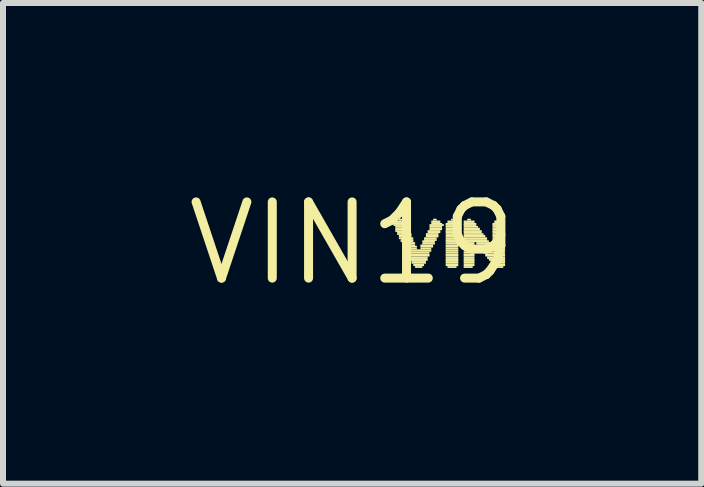
<source format=kicad_pcb>
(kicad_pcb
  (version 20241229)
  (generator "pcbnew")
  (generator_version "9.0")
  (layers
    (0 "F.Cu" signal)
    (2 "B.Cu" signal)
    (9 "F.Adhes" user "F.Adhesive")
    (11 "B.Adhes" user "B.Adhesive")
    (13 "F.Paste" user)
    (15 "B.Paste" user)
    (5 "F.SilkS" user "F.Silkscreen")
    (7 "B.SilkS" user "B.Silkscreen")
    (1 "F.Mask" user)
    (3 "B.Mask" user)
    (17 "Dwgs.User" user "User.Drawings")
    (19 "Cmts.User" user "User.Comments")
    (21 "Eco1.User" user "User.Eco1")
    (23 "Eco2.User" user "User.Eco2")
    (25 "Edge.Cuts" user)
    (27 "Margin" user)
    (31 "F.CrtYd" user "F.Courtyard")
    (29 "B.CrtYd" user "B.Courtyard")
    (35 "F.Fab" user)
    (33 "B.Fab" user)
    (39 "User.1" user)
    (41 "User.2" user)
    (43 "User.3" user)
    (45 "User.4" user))
  (footprint "VIN19"
    (layer "F.Cu")
    (at 2.819 1.006)
    (property "Reference" "VIN19" (at 0 0 0) (layer "F.SilkS") (effects (font (size 1.27 1.27) (thickness 0.15))))
    (fp_poly (pts (xy 0.69 -0.31) (xy 0.9 -0.31) (xy 0.9 -0.34) (xy 0.69 -0.34)) (stroke (width 0) (type solid)) (fill yes) (layer "F.SilkS"))
    (fp_poly (pts (xy 0.69 -0.29) (xy 0.9 -0.29) (xy 0.9 -0.32) (xy 0.69 -0.32)) (stroke (width 0) (type solid)) (fill yes) (layer "F.SilkS"))
    (fp_poly (pts (xy 0.72 -0.34) (xy 0.87 -0.34) (xy 0.87 -0.38) (xy 0.72 -0.38)) (stroke (width 0) (type solid)) (fill yes) (layer "F.SilkS"))
    (fp_poly (pts (xy 0.72 -0.26) (xy 0.93 -0.26) (xy 0.93 -0.29) (xy 0.72 -0.29)) (stroke (width 0) (type solid)) (fill yes) (layer "F.SilkS"))
    (fp_poly (pts (xy 0.72 -0.22) (xy 0.93 -0.22) (xy 0.93 -0.26) (xy 0.72 -0.26)) (stroke (width 0) (type solid)) (fill yes) (layer "F.SilkS"))
    (fp_poly (pts (xy 0.72 -0.19) (xy 0.96 -0.19) (xy 0.96 -0.22) (xy 0.72 -0.22)) (stroke (width 0) (type solid)) (fill yes) (layer "F.SilkS"))
    (fp_poly (pts (xy 0.75 -0.17) (xy 0.96 -0.17) (xy 0.96 -0.2) (xy 0.75 -0.2)) (stroke (width 0) (type solid)) (fill yes) (layer "F.SilkS"))
    (fp_poly (pts (xy 0.75 -0.14) (xy 0.99 -0.14) (xy 0.99 -0.17) (xy 0.75 -0.17)) (stroke (width 0) (type solid)) (fill yes) (layer "F.SilkS"))
    (fp_poly (pts (xy 0.78 -0.38) (xy 0.84 -0.38) (xy 0.84 -0.41) (xy 0.78 -0.41)) (stroke (width 0) (type solid)) (fill yes) (layer "F.SilkS"))
    (fp_poly (pts (xy 0.78 -0.1) (xy 0.99 -0.1) (xy 0.99 -0.14) (xy 0.78 -0.14)) (stroke (width 0) (type solid)) (fill yes) (layer "F.SilkS"))
    (fp_poly (pts (xy 0.78 -0.07) (xy 1.02 -0.07) (xy 1.02 -0.1) (xy 0.78 -0.1)) (stroke (width 0) (type solid)) (fill yes) (layer "F.SilkS"))
    (fp_poly (pts (xy 0.81 -0.04) (xy 1.02 -0.04) (xy 1.02 -0.07) (xy 0.81 -0.07)) (stroke (width 0) (type solid)) (fill yes) (layer "F.SilkS"))
    (fp_poly (pts (xy 0.81 -0.02) (xy 1.02 -0.02) (xy 1.02 -0.05) (xy 0.81 -0.05)) (stroke (width 0) (type solid)) (fill yes) (layer "F.SilkS"))
    (fp_poly (pts (xy 0.84 0.02) (xy 1.05 0.02) (xy 1.05 -0.02) (xy 0.84 -0.02)) (stroke (width 0) (type solid)) (fill yes) (layer "F.SilkS"))
    (fp_poly (pts (xy 0.84 0.05) (xy 1.05 0.05) (xy 1.05 0.02) (xy 0.84 0.02)) (stroke (width 0) (type solid)) (fill yes) (layer "F.SilkS"))
    (fp_poly (pts (xy 0.87 0.07) (xy 1.08 0.07) (xy 1.08 0.04) (xy 0.87 0.04)) (stroke (width 0) (type solid)) (fill yes) (layer "F.SilkS"))
    (fp_poly (pts (xy 0.87 0.1) (xy 1.08 0.1) (xy 1.08 0.07) (xy 0.87 0.07)) (stroke (width 0) (type solid)) (fill yes) (layer "F.SilkS"))
    (fp_poly (pts (xy 0.9 0.14) (xy 1.32 0.14) (xy 1.32 0.1) (xy 0.9 0.1)) (stroke (width 0) (type solid)) (fill yes) (layer "F.SilkS"))
    (fp_poly (pts (xy 0.9 0.17) (xy 1.29 0.17) (xy 1.29 0.14) (xy 0.9 0.14)) (stroke (width 0) (type solid)) (fill yes) (layer "F.SilkS"))
    (fp_poly (pts (xy 0.93 0.2) (xy 1.29 0.2) (xy 1.29 0.17) (xy 0.93 0.17)) (stroke (width 0) (type solid)) (fill yes) (layer "F.SilkS"))
    (fp_poly (pts (xy 0.93 0.22) (xy 1.29 0.22) (xy 1.29 0.19) (xy 0.93 0.19)) (stroke (width 0) (type solid)) (fill yes) (layer "F.SilkS"))
    (fp_poly (pts (xy 0.96 0.26) (xy 1.26 0.26) (xy 1.26 0.22) (xy 0.96 0.22)) (stroke (width 0) (type solid)) (fill yes) (layer "F.SilkS"))
    (fp_poly (pts (xy 0.96 0.29) (xy 1.26 0.29) (xy 1.26 0.26) (xy 0.96 0.26)) (stroke (width 0) (type solid)) (fill yes) (layer "F.SilkS"))
    (fp_poly (pts (xy 0.99 0.31) (xy 1.23 0.31) (xy 1.23 0.28) (xy 0.99 0.28)) (stroke (width 0) (type solid)) (fill yes) (layer "F.SilkS"))
    (fp_poly (pts (xy 0.99 0.34) (xy 1.23 0.34) (xy 1.23 0.31) (xy 0.99 0.31)) (stroke (width 0) (type solid)) (fill yes) (layer "F.SilkS"))
    (fp_poly (pts (xy 1.02 0.38) (xy 1.2 0.38) (xy 1.2 0.34) (xy 1.02 0.34)) (stroke (width 0) (type solid)) (fill yes) (layer "F.SilkS"))
    (fp_poly (pts (xy 1.05 0.41) (xy 1.17 0.41) (xy 1.17 0.38) (xy 1.05 0.38)) (stroke (width 0) (type solid)) (fill yes) (layer "F.SilkS"))
    (fp_poly (pts (xy 1.14 0.05) (xy 1.35 0.05) (xy 1.35 0.02) (xy 1.14 0.02)) (stroke (width 0) (type solid)) (fill yes) (layer "F.SilkS"))
    (fp_poly (pts (xy 1.14 0.07) (xy 1.35 0.07) (xy 1.35 0.04) (xy 1.14 0.04)) (stroke (width 0) (type solid)) (fill yes) (layer "F.SilkS"))
    (fp_poly (pts (xy 1.14 0.1) (xy 1.32 0.1) (xy 1.32 0.07) (xy 1.14 0.07)) (stroke (width 0) (type solid)) (fill yes) (layer "F.SilkS"))
    (fp_poly (pts (xy 1.17 -0.02) (xy 1.38 -0.02) (xy 1.38 -0.05) (xy 1.17 -0.05)) (stroke (width 0) (type solid)) (fill yes) (layer "F.SilkS"))
    (fp_poly (pts (xy 1.17 0.02) (xy 1.38 0.02) (xy 1.38 -0.02) (xy 1.17 -0.02)) (stroke (width 0) (type solid)) (fill yes) (layer "F.SilkS"))
    (fp_poly (pts (xy 1.2 -0.07) (xy 1.41 -0.07) (xy 1.41 -0.1) (xy 1.2 -0.1)) (stroke (width 0) (type solid)) (fill yes) (layer "F.SilkS"))
    (fp_poly (pts (xy 1.2 -0.04) (xy 1.41 -0.04) (xy 1.41 -0.07) (xy 1.2 -0.07)) (stroke (width 0) (type solid)) (fill yes) (layer "F.SilkS"))
    (fp_poly (pts (xy 1.23 -0.14) (xy 1.44 -0.14) (xy 1.44 -0.17) (xy 1.23 -0.17)) (stroke (width 0) (type solid)) (fill yes) (layer "F.SilkS"))
    (fp_poly (pts (xy 1.23 -0.1) (xy 1.44 -0.1) (xy 1.44 -0.14) (xy 1.23 -0.14)) (stroke (width 0) (type solid)) (fill yes) (layer "F.SilkS"))
    (fp_poly (pts (xy 1.26 -0.19) (xy 1.47 -0.19) (xy 1.47 -0.22) (xy 1.26 -0.22)) (stroke (width 0) (type solid)) (fill yes) (layer "F.SilkS"))
    (fp_poly (pts (xy 1.26 -0.17) (xy 1.47 -0.17) (xy 1.47 -0.2) (xy 1.26 -0.2)) (stroke (width 0) (type solid)) (fill yes) (layer "F.SilkS"))
    (fp_poly (pts (xy 1.29 -0.29) (xy 1.53 -0.29) (xy 1.53 -0.32) (xy 1.29 -0.32)) (stroke (width 0) (type solid)) (fill yes) (layer "F.SilkS"))
    (fp_poly (pts (xy 1.29 -0.26) (xy 1.5 -0.26) (xy 1.5 -0.29) (xy 1.29 -0.29)) (stroke (width 0) (type solid)) (fill yes) (layer "F.SilkS"))
    (fp_poly (pts (xy 1.29 -0.22) (xy 1.5 -0.22) (xy 1.5 -0.26) (xy 1.29 -0.26)) (stroke (width 0) (type solid)) (fill yes) (layer "F.SilkS"))
    (fp_poly (pts (xy 1.32 -0.34) (xy 1.47 -0.34) (xy 1.47 -0.38) (xy 1.32 -0.38)) (stroke (width 0) (type solid)) (fill yes) (layer "F.SilkS"))
    (fp_poly (pts (xy 1.32 -0.31) (xy 1.5 -0.31) (xy 1.5 -0.34) (xy 1.32 -0.34)) (stroke (width 0) (type solid)) (fill yes) (layer "F.SilkS"))
    (fp_poly (pts (xy 1.35 -0.38) (xy 1.41 -0.38) (xy 1.41 -0.41) (xy 1.35 -0.41)) (stroke (width 0) (type solid)) (fill yes) (layer "F.SilkS"))
    (fp_poly (pts (xy 1.56 -0.31) (xy 1.77 -0.31) (xy 1.77 -0.34) (xy 1.56 -0.34)) (stroke (width 0) (type solid)) (fill yes) (layer "F.SilkS"))
    (fp_poly (pts (xy 1.56 -0.29) (xy 1.77 -0.29) (xy 1.77 -0.32) (xy 1.56 -0.32)) (stroke (width 0) (type solid)) (fill yes) (layer "F.SilkS"))
    (fp_poly (pts (xy 1.56 -0.26) (xy 1.77 -0.26) (xy 1.77 -0.29) (xy 1.56 -0.29)) (stroke (width 0) (type solid)) (fill yes) (layer "F.SilkS"))
    (fp_poly (pts (xy 1.56 -0.22) (xy 1.77 -0.22) (xy 1.77 -0.26) (xy 1.56 -0.26)) (stroke (width 0) (type solid)) (fill yes) (layer "F.SilkS"))
    (fp_poly (pts (xy 1.56 -0.19) (xy 1.77 -0.19) (xy 1.77 -0.22) (xy 1.56 -0.22)) (stroke (width 0) (type solid)) (fill yes) (layer "F.SilkS"))
    (fp_poly (pts (xy 1.56 -0.17) (xy 1.77 -0.17) (xy 1.77 -0.2) (xy 1.56 -0.2)) (stroke (width 0) (type solid)) (fill yes) (layer "F.SilkS"))
    (fp_poly (pts (xy 1.56 -0.14) (xy 1.77 -0.14) (xy 1.77 -0.17) (xy 1.56 -0.17)) (stroke (width 0) (type solid)) (fill yes) (layer "F.SilkS"))
    (fp_poly (pts (xy 1.56 -0.1) (xy 1.77 -0.1) (xy 1.77 -0.14) (xy 1.56 -0.14)) (stroke (width 0) (type solid)) (fill yes) (layer "F.SilkS"))
    (fp_poly (pts (xy 1.56 -0.07) (xy 1.77 -0.07) (xy 1.77 -0.1) (xy 1.56 -0.1)) (stroke (width 0) (type solid)) (fill yes) (layer "F.SilkS"))
    (fp_poly (pts (xy 1.56 -0.04) (xy 1.77 -0.04) (xy 1.77 -0.07) (xy 1.56 -0.07)) (stroke (width 0) (type solid)) (fill yes) (layer "F.SilkS"))
    (fp_poly (pts (xy 1.56 -0.02) (xy 1.77 -0.02) (xy 1.77 -0.05) (xy 1.56 -0.05)) (stroke (width 0) (type solid)) (fill yes) (layer "F.SilkS"))
    (fp_poly (pts (xy 1.56 0.02) (xy 1.77 0.02) (xy 1.77 -0.02) (xy 1.56 -0.02)) (stroke (width 0) (type solid)) (fill yes) (layer "F.SilkS"))
    (fp_poly (pts (xy 1.56 0.05) (xy 1.77 0.05) (xy 1.77 0.02) (xy 1.56 0.02)) (stroke (width 0) (type solid)) (fill yes) (layer "F.SilkS"))
    (fp_poly (pts (xy 1.56 0.07) (xy 1.77 0.07) (xy 1.77 0.04) (xy 1.56 0.04)) (stroke (width 0) (type solid)) (fill yes) (layer "F.SilkS"))
    (fp_poly (pts (xy 1.56 0.1) (xy 1.77 0.1) (xy 1.77 0.07) (xy 1.56 0.07)) (stroke (width 0) (type solid)) (fill yes) (layer "F.SilkS"))
    (fp_poly (pts (xy 1.56 0.14) (xy 1.77 0.14) (xy 1.77 0.1) (xy 1.56 0.1)) (stroke (width 0) (type solid)) (fill yes) (layer "F.SilkS"))
    (fp_poly (pts (xy 1.56 0.17) (xy 1.77 0.17) (xy 1.77 0.14) (xy 1.56 0.14)) (stroke (width 0) (type solid)) (fill yes) (layer "F.SilkS"))
    (fp_poly (pts (xy 1.56 0.2) (xy 1.77 0.2) (xy 1.77 0.17) (xy 1.56 0.17)) (stroke (width 0) (type solid)) (fill yes) (layer "F.SilkS"))
    (fp_poly (pts (xy 1.56 0.22) (xy 1.77 0.22) (xy 1.77 0.19) (xy 1.56 0.19)) (stroke (width 0) (type solid)) (fill yes) (layer "F.SilkS"))
    (fp_poly (pts (xy 1.56 0.26) (xy 1.77 0.26) (xy 1.77 0.22) (xy 1.56 0.22)) (stroke (width 0) (type solid)) (fill yes) (layer "F.SilkS"))
    (fp_poly (pts (xy 1.56 0.29) (xy 1.77 0.29) (xy 1.77 0.26) (xy 1.56 0.26)) (stroke (width 0) (type solid)) (fill yes) (layer "F.SilkS"))
    (fp_poly (pts (xy 1.56 0.31) (xy 1.77 0.31) (xy 1.77 0.28) (xy 1.56 0.28)) (stroke (width 0) (type solid)) (fill yes) (layer "F.SilkS"))
    (fp_poly (pts (xy 1.56 0.34) (xy 1.77 0.34) (xy 1.77 0.31) (xy 1.56 0.31)) (stroke (width 0) (type solid)) (fill yes) (layer "F.SilkS"))
    (fp_poly (pts (xy 1.56 0.38) (xy 1.77 0.38) (xy 1.77 0.34) (xy 1.56 0.34)) (stroke (width 0) (type solid)) (fill yes) (layer "F.SilkS"))
    (fp_poly (pts (xy 1.59 -0.34) (xy 1.77 -0.34) (xy 1.77 -0.38) (xy 1.59 -0.38)) (stroke (width 0) (type solid)) (fill yes) (layer "F.SilkS"))
    (fp_poly (pts (xy 1.59 0.41) (xy 1.74 0.41) (xy 1.74 0.38) (xy 1.59 0.38)) (stroke (width 0) (type solid)) (fill yes) (layer "F.SilkS"))
    (fp_poly (pts (xy 1.65 -0.38) (xy 1.68 -0.38) (xy 1.68 -0.41) (xy 1.65 -0.41)) (stroke (width 0) (type solid)) (fill yes) (layer "F.SilkS"))
    (fp_poly (pts (xy 1.86 -0.34) (xy 2.04 -0.34) (xy 2.04 -0.38) (xy 1.86 -0.38)) (stroke (width 0) (type solid)) (fill yes) (layer "F.SilkS"))
    (fp_poly (pts (xy 1.86 -0.31) (xy 2.07 -0.31) (xy 2.07 -0.34) (xy 1.86 -0.34)) (stroke (width 0) (type solid)) (fill yes) (layer "F.SilkS"))
    (fp_poly (pts (xy 1.86 -0.29) (xy 2.07 -0.29) (xy 2.07 -0.32) (xy 1.86 -0.32)) (stroke (width 0) (type solid)) (fill yes) (layer "F.SilkS"))
    (fp_poly (pts (xy 1.86 -0.26) (xy 2.1 -0.26) (xy 2.1 -0.29) (xy 1.86 -0.29)) (stroke (width 0) (type solid)) (fill yes) (layer "F.SilkS"))
    (fp_poly (pts (xy 1.86 -0.22) (xy 2.13 -0.22) (xy 2.13 -0.26) (xy 1.86 -0.26)) (stroke (width 0) (type solid)) (fill yes) (layer "F.SilkS"))
    (fp_poly (pts (xy 1.86 -0.19) (xy 2.16 -0.19) (xy 2.16 -0.22) (xy 1.86 -0.22)) (stroke (width 0) (type solid)) (fill yes) (layer "F.SilkS"))
    (fp_poly (pts (xy 1.86 -0.17) (xy 2.16 -0.17) (xy 2.16 -0.2) (xy 1.86 -0.2)) (stroke (width 0) (type solid)) (fill yes) (layer "F.SilkS"))
    (fp_poly (pts (xy 1.86 -0.14) (xy 2.19 -0.14) (xy 2.19 -0.17) (xy 1.86 -0.17)) (stroke (width 0) (type solid)) (fill yes) (layer "F.SilkS"))
    (fp_poly (pts (xy 1.86 -0.1) (xy 2.22 -0.1) (xy 2.22 -0.14) (xy 1.86 -0.14)) (stroke (width 0) (type solid)) (fill yes) (layer "F.SilkS"))
    (fp_poly (pts (xy 1.86 -0.07) (xy 2.25 -0.07) (xy 2.25 -0.1) (xy 1.86 -0.1)) (stroke (width 0) (type solid)) (fill yes) (layer "F.SilkS"))
    (fp_poly (pts (xy 1.86 -0.04) (xy 2.25 -0.04) (xy 2.25 -0.07) (xy 1.86 -0.07)) (stroke (width 0) (type solid)) (fill yes) (layer "F.SilkS"))
    (fp_poly (pts (xy 1.86 -0.02) (xy 2.28 -0.02) (xy 2.28 -0.05) (xy 1.86 -0.05)) (stroke (width 0) (type solid)) (fill yes) (layer "F.SilkS"))
    (fp_poly (pts (xy 1.86 0.02) (xy 2.04 0.02) (xy 2.04 -0.02) (xy 1.86 -0.02)) (stroke (width 0) (type solid)) (fill yes) (layer "F.SilkS"))
    (fp_poly (pts (xy 1.86 0.05) (xy 2.04 0.05) (xy 2.04 0.02) (xy 1.86 0.02)) (stroke (width 0) (type solid)) (fill yes) (layer "F.SilkS"))
    (fp_poly (pts (xy 1.86 0.07) (xy 2.04 0.07) (xy 2.04 0.04) (xy 1.86 0.04)) (stroke (width 0) (type solid)) (fill yes) (layer "F.SilkS"))
    (fp_poly (pts (xy 1.86 0.1) (xy 2.04 0.1) (xy 2.04 0.07) (xy 1.86 0.07)) (stroke (width 0) (type solid)) (fill yes) (layer "F.SilkS"))
    (fp_poly (pts (xy 1.86 0.14) (xy 2.04 0.14) (xy 2.04 0.1) (xy 1.86 0.1)) (stroke (width 0) (type solid)) (fill yes) (layer "F.SilkS"))
    (fp_poly (pts (xy 1.86 0.17) (xy 2.04 0.17) (xy 2.04 0.14) (xy 1.86 0.14)) (stroke (width 0) (type solid)) (fill yes) (layer "F.SilkS"))
    (fp_poly (pts (xy 1.86 0.2) (xy 2.04 0.2) (xy 2.04 0.17) (xy 1.86 0.17)) (stroke (width 0) (type solid)) (fill yes) (layer "F.SilkS"))
    (fp_poly (pts (xy 1.86 0.22) (xy 2.04 0.22) (xy 2.04 0.19) (xy 1.86 0.19)) (stroke (width 0) (type solid)) (fill yes) (layer "F.SilkS"))
    (fp_poly (pts (xy 1.86 0.26) (xy 2.04 0.26) (xy 2.04 0.22) (xy 1.86 0.22)) (stroke (width 0) (type solid)) (fill yes) (layer "F.SilkS"))
    (fp_poly (pts (xy 1.86 0.29) (xy 2.04 0.29) (xy 2.04 0.26) (xy 1.86 0.26)) (stroke (width 0) (type solid)) (fill yes) (layer "F.SilkS"))
    (fp_poly (pts (xy 1.86 0.31) (xy 2.04 0.31) (xy 2.04 0.28) (xy 1.86 0.28)) (stroke (width 0) (type solid)) (fill yes) (layer "F.SilkS"))
    (fp_poly (pts (xy 1.86 0.34) (xy 2.04 0.34) (xy 2.04 0.31) (xy 1.86 0.31)) (stroke (width 0) (type solid)) (fill yes) (layer "F.SilkS"))
    (fp_poly (pts (xy 1.86 0.38) (xy 2.04 0.38) (xy 2.04 0.34) (xy 1.86 0.34)) (stroke (width 0) (type solid)) (fill yes) (layer "F.SilkS"))
    (fp_poly (pts (xy 1.86 0.41) (xy 2.01 0.41) (xy 2.01 0.38) (xy 1.86 0.38)) (stroke (width 0) (type solid)) (fill yes) (layer "F.SilkS"))
    (fp_poly (pts (xy 1.92 -0.38) (xy 1.98 -0.38) (xy 1.98 -0.41) (xy 1.92 -0.41)) (stroke (width 0) (type solid)) (fill yes) (layer "F.SilkS"))
    (fp_poly (pts (xy 2.07 0.02) (xy 2.31 0.02) (xy 2.31 -0.02) (xy 2.07 -0.02)) (stroke (width 0) (type solid)) (fill yes) (layer "F.SilkS"))
    (fp_poly (pts (xy 2.1 0.05) (xy 2.55 0.05) (xy 2.55 0.02) (xy 2.1 0.02)) (stroke (width 0) (type solid)) (fill yes) (layer "F.SilkS"))
    (fp_poly (pts (xy 2.13 0.07) (xy 2.55 0.07) (xy 2.55 0.04) (xy 2.13 0.04)) (stroke (width 0) (type solid)) (fill yes) (layer "F.SilkS"))
    (fp_poly (pts (xy 2.13 0.1) (xy 2.55 0.1) (xy 2.55 0.07) (xy 2.13 0.07)) (stroke (width 0) (type solid)) (fill yes) (layer "F.SilkS"))
    (fp_poly (pts (xy 2.16 0.14) (xy 2.55 0.14) (xy 2.55 0.1) (xy 2.16 0.1)) (stroke (width 0) (type solid)) (fill yes) (layer "F.SilkS"))
    (fp_poly (pts (xy 2.19 0.17) (xy 2.55 0.17) (xy 2.55 0.14) (xy 2.19 0.14)) (stroke (width 0) (type solid)) (fill yes) (layer "F.SilkS"))
    (fp_poly (pts (xy 2.22 0.2) (xy 2.55 0.2) (xy 2.55 0.17) (xy 2.22 0.17)) (stroke (width 0) (type solid)) (fill yes) (layer "F.SilkS"))
    (fp_poly (pts (xy 2.22 0.22) (xy 2.55 0.22) (xy 2.55 0.19) (xy 2.22 0.19)) (stroke (width 0) (type solid)) (fill yes) (layer "F.SilkS"))
    (fp_poly (pts (xy 2.25 0.26) (xy 2.55 0.26) (xy 2.55 0.22) (xy 2.25 0.22)) (stroke (width 0) (type solid)) (fill yes) (layer "F.SilkS"))
    (fp_poly (pts (xy 2.28 0.29) (xy 2.55 0.29) (xy 2.55 0.26) (xy 2.28 0.26)) (stroke (width 0) (type solid)) (fill yes) (layer "F.SilkS"))
    (fp_poly (pts (xy 2.31 0.31) (xy 2.55 0.31) (xy 2.55 0.28) (xy 2.31 0.28)) (stroke (width 0) (type solid)) (fill yes) (layer "F.SilkS"))
    (fp_poly (pts (xy 2.31 0.34) (xy 2.55 0.34) (xy 2.55 0.31) (xy 2.31 0.31)) (stroke (width 0) (type solid)) (fill yes) (layer "F.SilkS"))
    (fp_poly (pts (xy 2.34 -0.31) (xy 2.55 -0.31) (xy 2.55 -0.34) (xy 2.34 -0.34)) (stroke (width 0) (type solid)) (fill yes) (layer "F.SilkS"))
    (fp_poly (pts (xy 2.34 -0.29) (xy 2.55 -0.29) (xy 2.55 -0.32) (xy 2.34 -0.32)) (stroke (width 0) (type solid)) (fill yes) (layer "F.SilkS"))
    (fp_poly (pts (xy 2.34 -0.26) (xy 2.55 -0.26) (xy 2.55 -0.29) (xy 2.34 -0.29)) (stroke (width 0) (type solid)) (fill yes) (layer "F.SilkS"))
    (fp_poly (pts (xy 2.34 -0.22) (xy 2.55 -0.22) (xy 2.55 -0.26) (xy 2.34 -0.26)) (stroke (width 0) (type solid)) (fill yes) (layer "F.SilkS"))
    (fp_poly (pts (xy 2.34 -0.19) (xy 2.55 -0.19) (xy 2.55 -0.22) (xy 2.34 -0.22)) (stroke (width 0) (type solid)) (fill yes) (layer "F.SilkS"))
    (fp_poly (pts (xy 2.34 -0.17) (xy 2.55 -0.17) (xy 2.55 -0.2) (xy 2.34 -0.2)) (stroke (width 0) (type solid)) (fill yes) (layer "F.SilkS"))
    (fp_poly (pts (xy 2.34 -0.14) (xy 2.55 -0.14) (xy 2.55 -0.17) (xy 2.34 -0.17)) (stroke (width 0) (type solid)) (fill yes) (layer "F.SilkS"))
    (fp_poly (pts (xy 2.34 -0.1) (xy 2.55 -0.1) (xy 2.55 -0.14) (xy 2.34 -0.14)) (stroke (width 0) (type solid)) (fill yes) (layer "F.SilkS"))
    (fp_poly (pts (xy 2.34 -0.07) (xy 2.55 -0.07) (xy 2.55 -0.1) (xy 2.34 -0.1)) (stroke (width 0) (type solid)) (fill yes) (layer "F.SilkS"))
    (fp_poly (pts (xy 2.34 -0.04) (xy 2.55 -0.04) (xy 2.55 -0.07) (xy 2.34 -0.07)) (stroke (width 0) (type solid)) (fill yes) (layer "F.SilkS"))
    (fp_poly (pts (xy 2.34 -0.02) (xy 2.55 -0.02) (xy 2.55 -0.05) (xy 2.34 -0.05)) (stroke (width 0) (type solid)) (fill yes) (layer "F.SilkS"))
    (fp_poly (pts (xy 2.34 0.02) (xy 2.55 0.02) (xy 2.55 -0.02) (xy 2.34 -0.02)) (stroke (width 0) (type solid)) (fill yes) (layer "F.SilkS"))
    (fp_poly (pts (xy 2.34 0.38) (xy 2.55 0.38) (xy 2.55 0.34) (xy 2.34 0.34)) (stroke (width 0) (type solid)) (fill yes) (layer "F.SilkS"))
    (fp_poly (pts (xy 2.37 -0.34) (xy 2.55 -0.34) (xy 2.55 -0.38) (xy 2.37 -0.38)) (stroke (width 0) (type solid)) (fill yes) (layer "F.SilkS"))
    (fp_poly (pts (xy 2.37 0.41) (xy 2.52 0.41) (xy 2.52 0.38) (xy 2.37 0.38)) (stroke (width 0) (type solid)) (fill yes) (layer "F.SilkS"))
    (fp_poly (pts (xy 2.43 -0.38) (xy 2.46 -0.38) (xy 2.46 -0.41) (xy 2.43 -0.41)) (stroke (width 0) (type solid)) (fill yes) (layer "F.SilkS")))
  (gr_rect
    (start -3 -3)
    (end 8.639 5.012)
    (stroke (width 0.1) (type default))
    (fill no)
    (layer "Edge.Cuts")))
</source>
